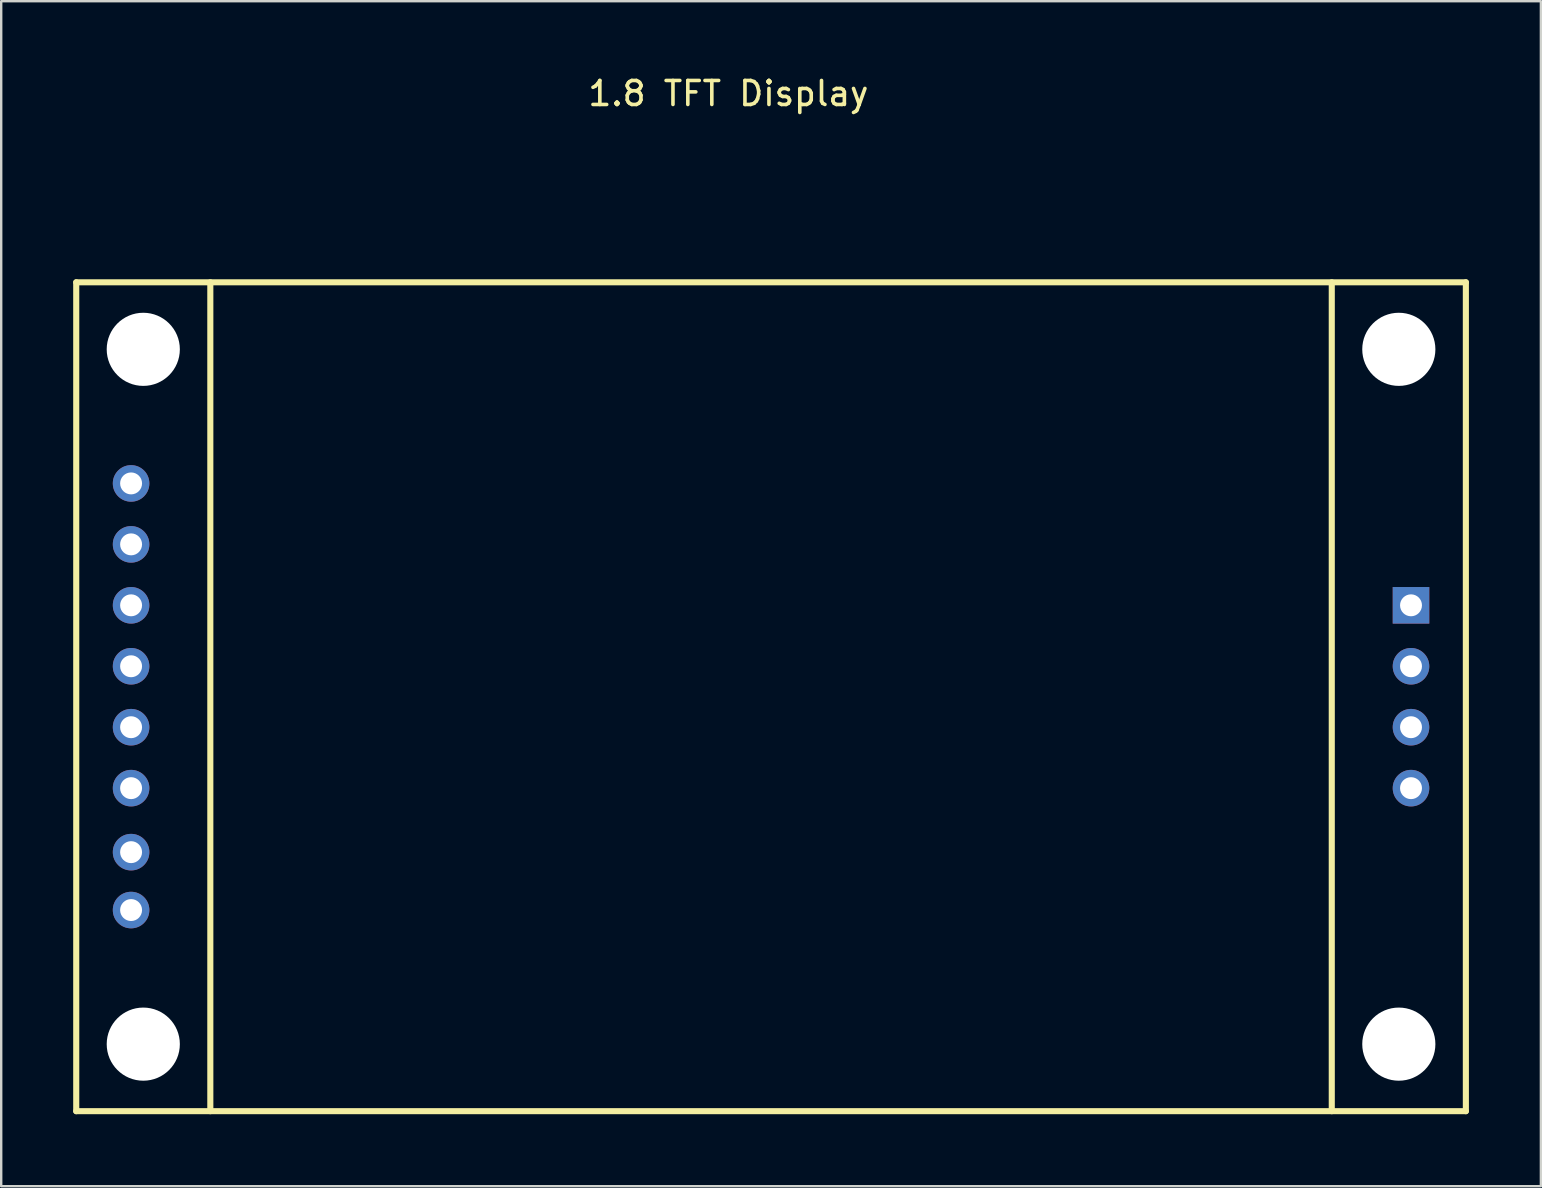
<source format=kicad_pcb>
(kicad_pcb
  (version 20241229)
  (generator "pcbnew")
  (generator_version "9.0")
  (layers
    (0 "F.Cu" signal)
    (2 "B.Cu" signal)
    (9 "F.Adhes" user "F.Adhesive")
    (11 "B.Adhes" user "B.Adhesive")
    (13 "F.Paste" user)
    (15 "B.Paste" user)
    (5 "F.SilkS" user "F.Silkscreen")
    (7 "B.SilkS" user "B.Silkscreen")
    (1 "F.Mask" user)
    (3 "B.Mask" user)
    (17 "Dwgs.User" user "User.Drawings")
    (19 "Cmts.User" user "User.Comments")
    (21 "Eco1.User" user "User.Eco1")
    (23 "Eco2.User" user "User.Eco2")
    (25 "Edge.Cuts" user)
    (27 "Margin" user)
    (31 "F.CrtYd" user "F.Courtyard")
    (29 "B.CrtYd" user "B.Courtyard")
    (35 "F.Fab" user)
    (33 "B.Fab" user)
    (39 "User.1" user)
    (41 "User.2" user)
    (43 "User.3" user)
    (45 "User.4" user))
  (footprint "1.8 TFT Display"
    (layer "F.Cu")
    (at 27.305 1.348)
    (property "Reference" "1.8 TFT Display" (at 0 -0.5 0) (unlocked yes) (layer "F.SilkS") (effects (font (size 1 1) (thickness 0.15))))
    (attr through_hole)
    (fp_line (start -27.178 7.366) (end 30.734 7.366) (stroke (width 0.254) (type solid)) (layer "F.SilkS"))
    (fp_line (start -27.178 41.91) (end -27.178 7.366) (stroke (width 0.254) (type solid)) (layer "F.SilkS"))
    (fp_line (start -21.59 7.366) (end -21.59 41.91) (stroke (width 0.254) (type solid)) (layer "F.SilkS"))
    (fp_line (start 25.146 7.366) (end 25.146 41.91) (stroke (width 0.254) (type solid)) (layer "F.SilkS"))
    (fp_line (start 30.734 7.366) (end 30.734 41.91) (stroke (width 0.254) (type solid)) (layer "F.SilkS"))
    (fp_line (start 30.734 41.91) (end -27.178 41.91) (stroke (width 0.254) (type solid)) (layer "F.SilkS"))
    (pad "" np_thru_hole circle (at -24.384 10.16) (size 3.048 3.048) (drill 3.048) (layers "*.Cu" "*.Mask"))
    (pad "" np_thru_hole circle (at -24.384 39.116) (size 3.048 3.048) (drill 3.048) (layers "*.Cu" "*.Mask"))
    (pad "" np_thru_hole circle (at 27.94 10.16) (size 3.048 3.048) (drill 3.048) (layers "*.Cu" "*.Mask"))
    (pad "" np_thru_hole circle (at 27.94 39.116) (size 3.048 3.048) (drill 3.048) (layers "*.Cu" "*.Mask"))
    (pad "1" thru_hole circle (at -24.892 15.748) (size 1.524 1.524) (drill 0.914) (layers "*.Cu" "*.Mask"))
    (pad "2" thru_hole circle (at -24.892 18.288) (size 1.524 1.524) (drill 0.914) (layers "*.Cu" "*.Mask"))
    (pad "3" thru_hole circle (at -24.892 20.828) (size 1.524 1.524) (drill 0.914) (layers "*.Cu" "*.Mask"))
    (pad "4" thru_hole circle (at -24.892 23.368) (size 1.524 1.524) (drill 0.914) (layers "*.Cu" "*.Mask"))
    (pad "5" thru_hole circle (at -24.892 25.908) (size 1.524 1.524) (drill 0.914) (layers "*.Cu" "*.Mask"))
    (pad "6" thru_hole circle (at -24.892 28.448) (size 1.524 1.524) (drill 0.914) (layers "*.Cu" "*.Mask"))
    (pad "7" thru_hole circle (at -24.892 31.115) (size 1.524 1.524) (drill 0.914) (layers "*.Cu" "*.Mask"))
    (pad "8" thru_hole circle (at -24.892 33.528) (size 1.524 1.524) (drill 0.914) (layers "*.Cu" "*.Mask"))
    (pad "9" thru_hole rect (at 28.448 20.828) (size 1.524 1.524) (drill 0.914) (layers "*.Cu" "*.Mask"))
    (pad "10" thru_hole circle (at 28.448 23.368) (size 1.524 1.524) (drill 0.914) (layers "*.Cu" "*.Mask"))
    (pad "11" thru_hole circle (at 28.448 25.908) (size 1.524 1.524) (drill 0.914) (layers "*.Cu" "*.Mask"))
    (pad "12" thru_hole circle (at 28.448 28.448) (size 1.524 1.524) (drill 0.914) (layers "*.Cu" "*.Mask")))
  (gr_rect
    (start -3 -3)
    (end 61.166 46.385)
    (stroke (width 0.1) (type default))
    (fill no)
    (layer "Edge.Cuts")))
</source>
